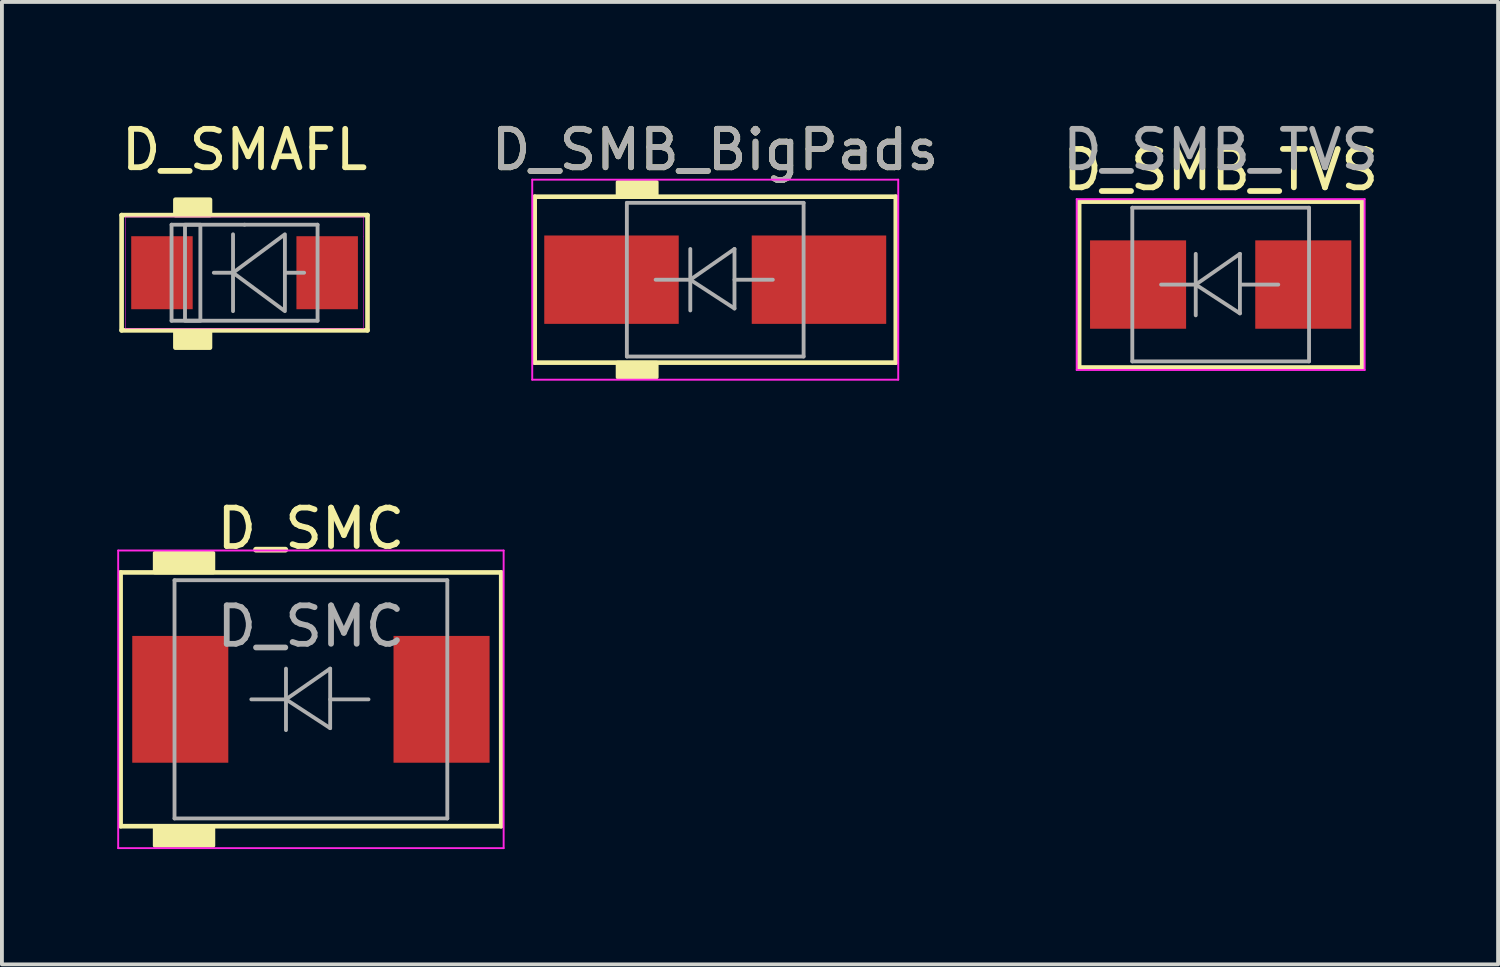
<source format=kicad_pcb>
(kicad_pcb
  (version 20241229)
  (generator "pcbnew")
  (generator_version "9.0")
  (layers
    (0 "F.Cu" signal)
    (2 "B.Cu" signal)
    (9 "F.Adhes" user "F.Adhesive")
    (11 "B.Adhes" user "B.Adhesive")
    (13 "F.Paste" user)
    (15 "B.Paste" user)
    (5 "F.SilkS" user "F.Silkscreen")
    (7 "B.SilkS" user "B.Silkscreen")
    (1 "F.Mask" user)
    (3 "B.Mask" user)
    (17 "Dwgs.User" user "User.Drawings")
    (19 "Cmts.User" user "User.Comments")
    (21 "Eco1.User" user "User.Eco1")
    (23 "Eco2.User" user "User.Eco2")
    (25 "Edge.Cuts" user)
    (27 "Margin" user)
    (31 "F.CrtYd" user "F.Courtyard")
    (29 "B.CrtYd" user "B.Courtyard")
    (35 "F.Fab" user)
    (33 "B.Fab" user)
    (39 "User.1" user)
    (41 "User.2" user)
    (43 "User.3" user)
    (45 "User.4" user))
  (footprint "D_SMB_TVS"
    (layer "F.Cu")
    (at 28.72 4.356)
    (property "Reference" "D_SMB_TVS" (at 0 -2.985 0) (layer "F.SilkS") (effects (font (size 1 1) (thickness 0.15))))
    (attr smd)
    (fp_line (start -3.683 -2.159) (end -3.683 2.159) (stroke (width 0.12) (type solid)) (layer "F.SilkS"))
    (fp_line (start -3.683 2.159) (end 3.683 2.159) (stroke (width 0.12) (type solid)) (layer "F.SilkS"))
    (fp_line (start 3.683 -2.159) (end -3.683 -2.159) (stroke (width 0.12) (type solid)) (layer "F.SilkS"))
    (fp_line (start 3.683 2.159) (end 3.683 -2.159) (stroke (width 0.12) (type solid)) (layer "F.SilkS"))
    (fp_line (start -3.747 -2.223) (end 3.747 -2.223) (stroke (width 0.05) (type solid)) (layer "F.CrtYd"))
    (fp_line (start -3.747 2.223) (end -3.747 -2.223) (stroke (width 0.05) (type solid)) (layer "F.CrtYd"))
    (fp_line (start 3.747 -2.223) (end 3.747 2.223) (stroke (width 0.05) (type solid)) (layer "F.CrtYd"))
    (fp_line (start 3.747 2.223) (end -3.747 2.223) (stroke (width 0.05) (type solid)) (layer "F.CrtYd"))
    (fp_line (start -2.3 2) (end -2.3 -2) (stroke (width 0.1) (type solid)) (layer "F.Fab"))
    (fp_line (start -0.649 -0.799) (end -0.649 0.801) (stroke (width 0.1) (type solid)) (layer "F.Fab"))
    (fp_line (start -0.649 0.001) (end -1.551 0.001) (stroke (width 0.1) (type solid)) (layer "F.Fab"))
    (fp_line (start -0.649 0.001) (end 0.501 -0.799) (stroke (width 0.1) (type solid)) (layer "F.Fab"))
    (fp_line (start -0.649 0.001) (end 0.501 0.75) (stroke (width 0.1) (type solid)) (layer "F.Fab"))
    (fp_line (start 0.501 0.001) (end 1.499 0.001) (stroke (width 0.1) (type solid)) (layer "F.Fab"))
    (fp_line (start 0.501 0.75) (end 0.501 -0.799) (stroke (width 0.1) (type solid)) (layer "F.Fab"))
    (fp_line (start 2.3 -2) (end -2.3 -2) (stroke (width 0.1) (type solid)) (layer "F.Fab"))
    (fp_line (start 2.3 -2) (end 2.3 2) (stroke (width 0.1) (type solid)) (layer "F.Fab"))
    (fp_line (start 2.3 2) (end -2.3 2) (stroke (width 0.1) (type solid)) (layer "F.Fab"))
    (fp_text user "${REFERENCE}" (at 0 -3.508 0) (layer "F.Fab") (effects (font (size 1 1) (thickness 0.15))))
    (pad "1" smd rect (at -2.15 0) (size 2.5 2.3) (layers "F.Cu" "F.Mask" "F.Paste"))
    (pad "2" smd rect (at 2.15 0) (size 2.5 2.3) (layers "F.Cu" "F.Mask" "F.Paste")))
  (footprint "D_SMAFL"
    (layer "F.Cu")
    (at 3.315 4.048)
    (property "Reference" "D_SMAFL" (at 0 -3.2 0) (unlocked yes) (layer "F.SilkS") (effects (font (size 1 1) (thickness 0.15))))
    (fp_line (start -3.2 -1.5) (end -3.2 1.5) (stroke (width 0.12) (type solid)) (layer "F.SilkS"))
    (fp_line (start -3.2 1.5) (end 3.2 1.5) (stroke (width 0.12) (type solid)) (layer "F.SilkS"))
    (fp_line (start 3.2 -1.5) (end -3.2 -1.5) (stroke (width 0.12) (type solid)) (layer "F.SilkS"))
    (fp_line (start 3.2 1.5) (end 3.2 -1.5) (stroke (width 0.12) (type solid)) (layer "F.SilkS"))
    (fp_rect (start -0.9 -1.9) (end -1.8 -1.5) (stroke (width 0.12) (type solid)) (fill yes) (layer "F.SilkS"))
    (fp_rect (start -0.9 1.55) (end -1.8 1.95) (stroke (width 0.12) (type solid)) (fill yes) (layer "F.SilkS"))
    (fp_line (start -3.1 -1.45) (end -3.1 1.45) (stroke (width 0.013) (type solid)) (layer "F.CrtYd"))
    (fp_line (start -3.1 -1.45) (end 3.1 -1.45) (stroke (width 0.013) (type solid)) (layer "F.CrtYd"))
    (fp_line (start -3.1 1.45) (end 3.1 1.45) (stroke (width 0.013) (type solid)) (layer "F.CrtYd"))
    (fp_line (start 3.1 -1.45) (end 3.1 -0.95) (stroke (width 0.013) (type solid)) (layer "F.CrtYd"))
    (fp_line (start 3.1 1.45) (end 3.1 -0.95) (stroke (width 0.013) (type solid)) (layer "F.CrtYd"))
    (fp_line (start -1.9 -1.25) (end -1.9 1.25) (stroke (width 0.1) (type solid)) (layer "F.Fab"))
    (fp_line (start -1.9 1.25) (end 1.9 1.25) (stroke (width 0.1) (type solid)) (layer "F.Fab"))
    (fp_line (start -0.3 -1) (end -0.3 0) (stroke (width 0.1) (type solid)) (layer "F.Fab"))
    (fp_line (start -0.3 0) (end -0.8 0) (stroke (width 0.1) (type solid)) (layer "F.Fab"))
    (fp_line (start -0.3 1) (end -0.3 0) (stroke (width 0.1) (type solid)) (layer "F.Fab"))
    (fp_line (start 0 -1.25) (end -1.9 -1.25) (stroke (width 0.1) (type solid)) (layer "F.Fab"))
    (fp_line (start 1.55 0) (end 1.05 0) (stroke (width 0.1) (type solid)) (layer "F.Fab"))
    (fp_line (start 1.9 -1.25) (end 0 -1.25) (stroke (width 0.1) (type solid)) (layer "F.Fab"))
    (fp_line (start 1.9 1.25) (end 1.9 -1.25) (stroke (width 0.1) (type solid)) (layer "F.Fab"))
    (fp_rect (start -1.55 -1.25) (end -1.15 1.25) (stroke (width 0.1) (type solid)) (fill no) (layer "F.Fab"))
    (fp_poly (pts (xy 1.05 1) (xy -0.3 0) (xy 1.05 -1)) (stroke (width 0.1) (type solid)) (fill no) (layer "F.Fab"))
    (pad "1" smd rect (at -2.15 0) (size 1.6 1.9) (layers "F.Cu" "F.Mask" "F.Paste"))
    (pad "2" smd rect (at 2.15 0) (size 1.6 1.9) (layers "F.Cu" "F.Mask" "F.Paste")))
  (footprint "D_SMC"
    (layer "F.Cu")
    (at 5.042 15.151)
    (property "Reference" "D_SMC" (at 0 -4.445 0) (layer "F.SilkS") (effects (font (size 1 1) (thickness 0.15))))
    (attr smd)
    (fp_line (start -4.953 -3.302) (end 4.953 -3.302) (stroke (width 0.12) (type solid)) (layer "F.SilkS"))
    (fp_line (start -4.953 3.302) (end -4.953 -3.302) (stroke (width 0.12) (type solid)) (layer "F.SilkS"))
    (fp_line (start 4.953 -3.302) (end 4.953 3.302) (stroke (width 0.12) (type solid)) (layer "F.SilkS"))
    (fp_line (start 4.953 3.302) (end -4.953 3.302) (stroke (width 0.12) (type solid)) (layer "F.SilkS"))
    (fp_poly (pts (xy -2.54 -3.302) (xy -4.064 -3.302) (xy -4.064 -3.81) (xy -2.54 -3.81)) (stroke (width 0.1) (type solid)) (fill yes) (layer "F.SilkS"))
    (fp_poly (pts (xy -2.54 3.81) (xy -4.064 3.81) (xy -4.064 3.302) (xy -2.54 3.302)) (stroke (width 0.1) (type solid)) (fill yes) (layer "F.SilkS"))
    (fp_line (start -5.016 -3.873) (end 5.016 -3.873) (stroke (width 0.05) (type solid)) (layer "F.CrtYd"))
    (fp_line (start -5.016 3.873) (end -5.016 -3.873) (stroke (width 0.05) (type solid)) (layer "F.CrtYd"))
    (fp_line (start 5.016 -3.873) (end 5.016 3.873) (stroke (width 0.05) (type solid)) (layer "F.CrtYd"))
    (fp_line (start 5.016 3.873) (end -5.016 3.873) (stroke (width 0.05) (type solid)) (layer "F.CrtYd"))
    (fp_line (start -3.55 3.1) (end -3.55 -3.1) (stroke (width 0.1) (type solid)) (layer "F.Fab"))
    (fp_line (start -0.649 -0.799) (end -0.649 0.801) (stroke (width 0.1) (type solid)) (layer "F.Fab"))
    (fp_line (start -0.649 0.001) (end -1.551 0.001) (stroke (width 0.1) (type solid)) (layer "F.Fab"))
    (fp_line (start -0.649 0.001) (end 0.501 -0.799) (stroke (width 0.1) (type solid)) (layer "F.Fab"))
    (fp_line (start -0.649 0.001) (end 0.501 0.75) (stroke (width 0.1) (type solid)) (layer "F.Fab"))
    (fp_line (start 0.501 0.001) (end 1.499 0.001) (stroke (width 0.1) (type solid)) (layer "F.Fab"))
    (fp_line (start 0.501 0.75) (end 0.501 -0.799) (stroke (width 0.1) (type solid)) (layer "F.Fab"))
    (fp_line (start 3.55 -3.1) (end -3.55 -3.1) (stroke (width 0.1) (type solid)) (layer "F.Fab"))
    (fp_line (start 3.55 -3.1) (end 3.55 3.1) (stroke (width 0.1) (type solid)) (layer "F.Fab"))
    (fp_line (start 3.55 3.1) (end -3.55 3.1) (stroke (width 0.1) (type solid)) (layer "F.Fab"))
    (fp_text user "${REFERENCE}" (at 0 -1.9 0) (layer "F.Fab") (effects (font (size 1 1) (thickness 0.15))))
    (pad "1" smd rect (at -3.4 0 90) (size 3.3 2.5) (layers "F.Cu" "F.Mask" "F.Paste"))
    (pad "2" smd rect (at 3.4 0 90) (size 3.3 2.5) (layers "F.Cu" "F.Mask" "F.Paste")))
  (footprint "D_SMB_BigPads"
    (layer "F.Cu")
    (at 15.565 4.229)
    (property "Reference" "D_SMB_BigPads" (at 0 -3.381 0) (layer "F.SilkS") (effects (font (size 1 1) (thickness 0.15))))
    (attr smd)
    (fp_line (start -4.699 -2.159) (end -4.699 2.159) (stroke (width 0.12) (type solid)) (layer "F.SilkS"))
    (fp_line (start -4.699 2.159) (end 4.699 2.159) (stroke (width 0.12) (type solid)) (layer "F.SilkS"))
    (fp_line (start 4.699 -2.159) (end -4.699 -2.159) (stroke (width 0.12) (type solid)) (layer "F.SilkS"))
    (fp_line (start 4.699 2.159) (end 4.699 -2.159) (stroke (width 0.12) (type solid)) (layer "F.SilkS"))
    (fp_poly (pts (xy -1.524 -2.159) (xy -2.54 -2.159) (xy -2.54 -2.54) (xy -1.524 -2.54)) (stroke (width 0.1) (type solid)) (fill yes) (layer "F.SilkS"))
    (fp_poly (pts (xy -1.524 2.54) (xy -2.54 2.54) (xy -2.54 2.159) (xy -1.524 2.159)) (stroke (width 0.1) (type solid)) (fill yes) (layer "F.SilkS"))
    (fp_line (start -4.763 -2.603) (end 4.763 -2.603) (stroke (width 0.05) (type solid)) (layer "F.CrtYd"))
    (fp_line (start -4.763 2.603) (end -4.763 -2.603) (stroke (width 0.05) (type solid)) (layer "F.CrtYd"))
    (fp_line (start 4.763 -2.603) (end 4.763 2.603) (stroke (width 0.05) (type solid)) (layer "F.CrtYd"))
    (fp_line (start 4.763 2.603) (end -4.763 2.603) (stroke (width 0.05) (type solid)) (layer "F.CrtYd"))
    (fp_line (start -2.3 2) (end -2.3 -2) (stroke (width 0.1) (type solid)) (layer "F.Fab"))
    (fp_line (start -0.649 -0.799) (end -0.649 0.801) (stroke (width 0.1) (type solid)) (layer "F.Fab"))
    (fp_line (start -0.649 0.001) (end -1.551 0.001) (stroke (width 0.1) (type solid)) (layer "F.Fab"))
    (fp_line (start -0.649 0.001) (end 0.501 -0.799) (stroke (width 0.1) (type solid)) (layer "F.Fab"))
    (fp_line (start -0.649 0.001) (end 0.501 0.75) (stroke (width 0.1) (type solid)) (layer "F.Fab"))
    (fp_line (start 0.501 0.001) (end 1.499 0.001) (stroke (width 0.1) (type solid)) (layer "F.Fab"))
    (fp_line (start 0.501 0.75) (end 0.501 -0.799) (stroke (width 0.1) (type solid)) (layer "F.Fab"))
    (fp_line (start 2.3 -2) (end -2.3 -2) (stroke (width 0.1) (type solid)) (layer "F.Fab"))
    (fp_line (start 2.3 -2) (end 2.3 2) (stroke (width 0.1) (type solid)) (layer "F.Fab"))
    (fp_line (start 2.3 2) (end -2.3 2) (stroke (width 0.1) (type solid)) (layer "F.Fab"))
    (fp_text user "${REFERENCE}" (at 0 -3.381 0) (layer "F.Fab") (effects (font (size 1 1) (thickness 0.15))))
    (pad "1" smd rect (at -2.7 0) (size 3.5 2.3) (layers "F.Cu" "F.Mask" "F.Paste"))
    (pad "2" smd rect (at 2.7 0) (size 3.5 2.3) (layers "F.Cu" "F.Mask" "F.Paste")))
  (gr_rect
    (start -3 -3)
    (end 35.94 22.049)
    (stroke (width 0.1) (type default))
    (fill no)
    (layer "Edge.Cuts")))
</source>
